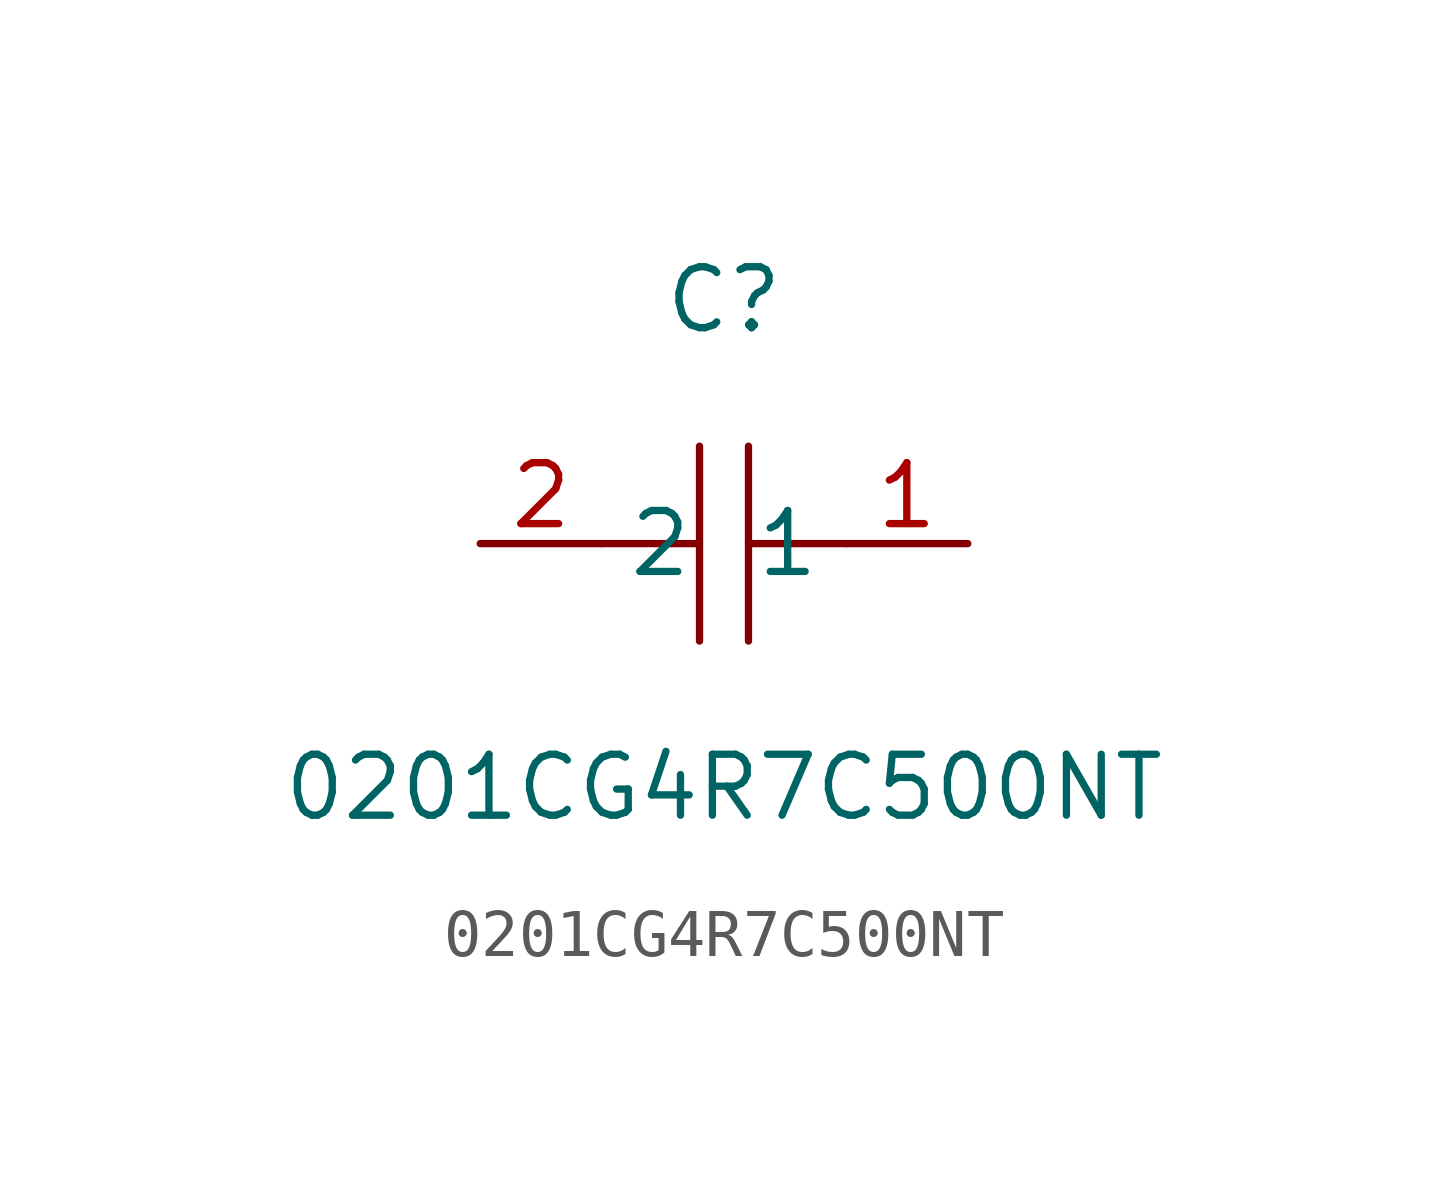
<source format=kicad_sym>
(kicad_symbol_lib
  (version 1)
  (generator "faebryk")
  (symbol "0201CG4R7C500NT"
    (property "Reference" "C"
      (at 0 5.08 0)
      (effects (font (size 1.27 1.27)) (hide no)))
    (property "Value" "0201CG4R7C500NT"
      (at 0 -5.08 0)
      (effects (font (size 1.27 1.27)) (hide no)))
    (symbol "0201CG4R7C500NT_0_1"
      (polyline (stroke (width 0) (type default) (color 0 0 0 0)) (fill (type none)) (pts (xy 0.51 2.03) (xy 0.51 -2.03)))
      (polyline (stroke (width 0) (type default) (color 0 0 0 0)) (fill (type none)) (pts (xy -2.54 0) (xy -0.51 0)))
      (polyline (stroke (width 0) (type default) (color 0 0 0 0)) (fill (type none)) (pts (xy -0.51 -2.03) (xy -0.51 2.03)))
      (polyline (stroke (width 0) (type default) (color 0 0 0 0)) (fill (type none)) (pts (xy 0.51 0) (xy 2.54 0)))
      (pin unspecified line (at 5.08 0 180) (length 2.54) (name "1" (effects (font (size 1.27 1.27)) (hide no))) (number "1" (effects (font (size 1.27 1.27)) (hide no))))
      (pin unspecified line (at -5.08 0 0) (length 2.54) (name "2" (effects (font (size 1.27 1.27)) (hide no))) (number "2" (effects (font (size 1.27 1.27)) (hide no)))))))
</source>
